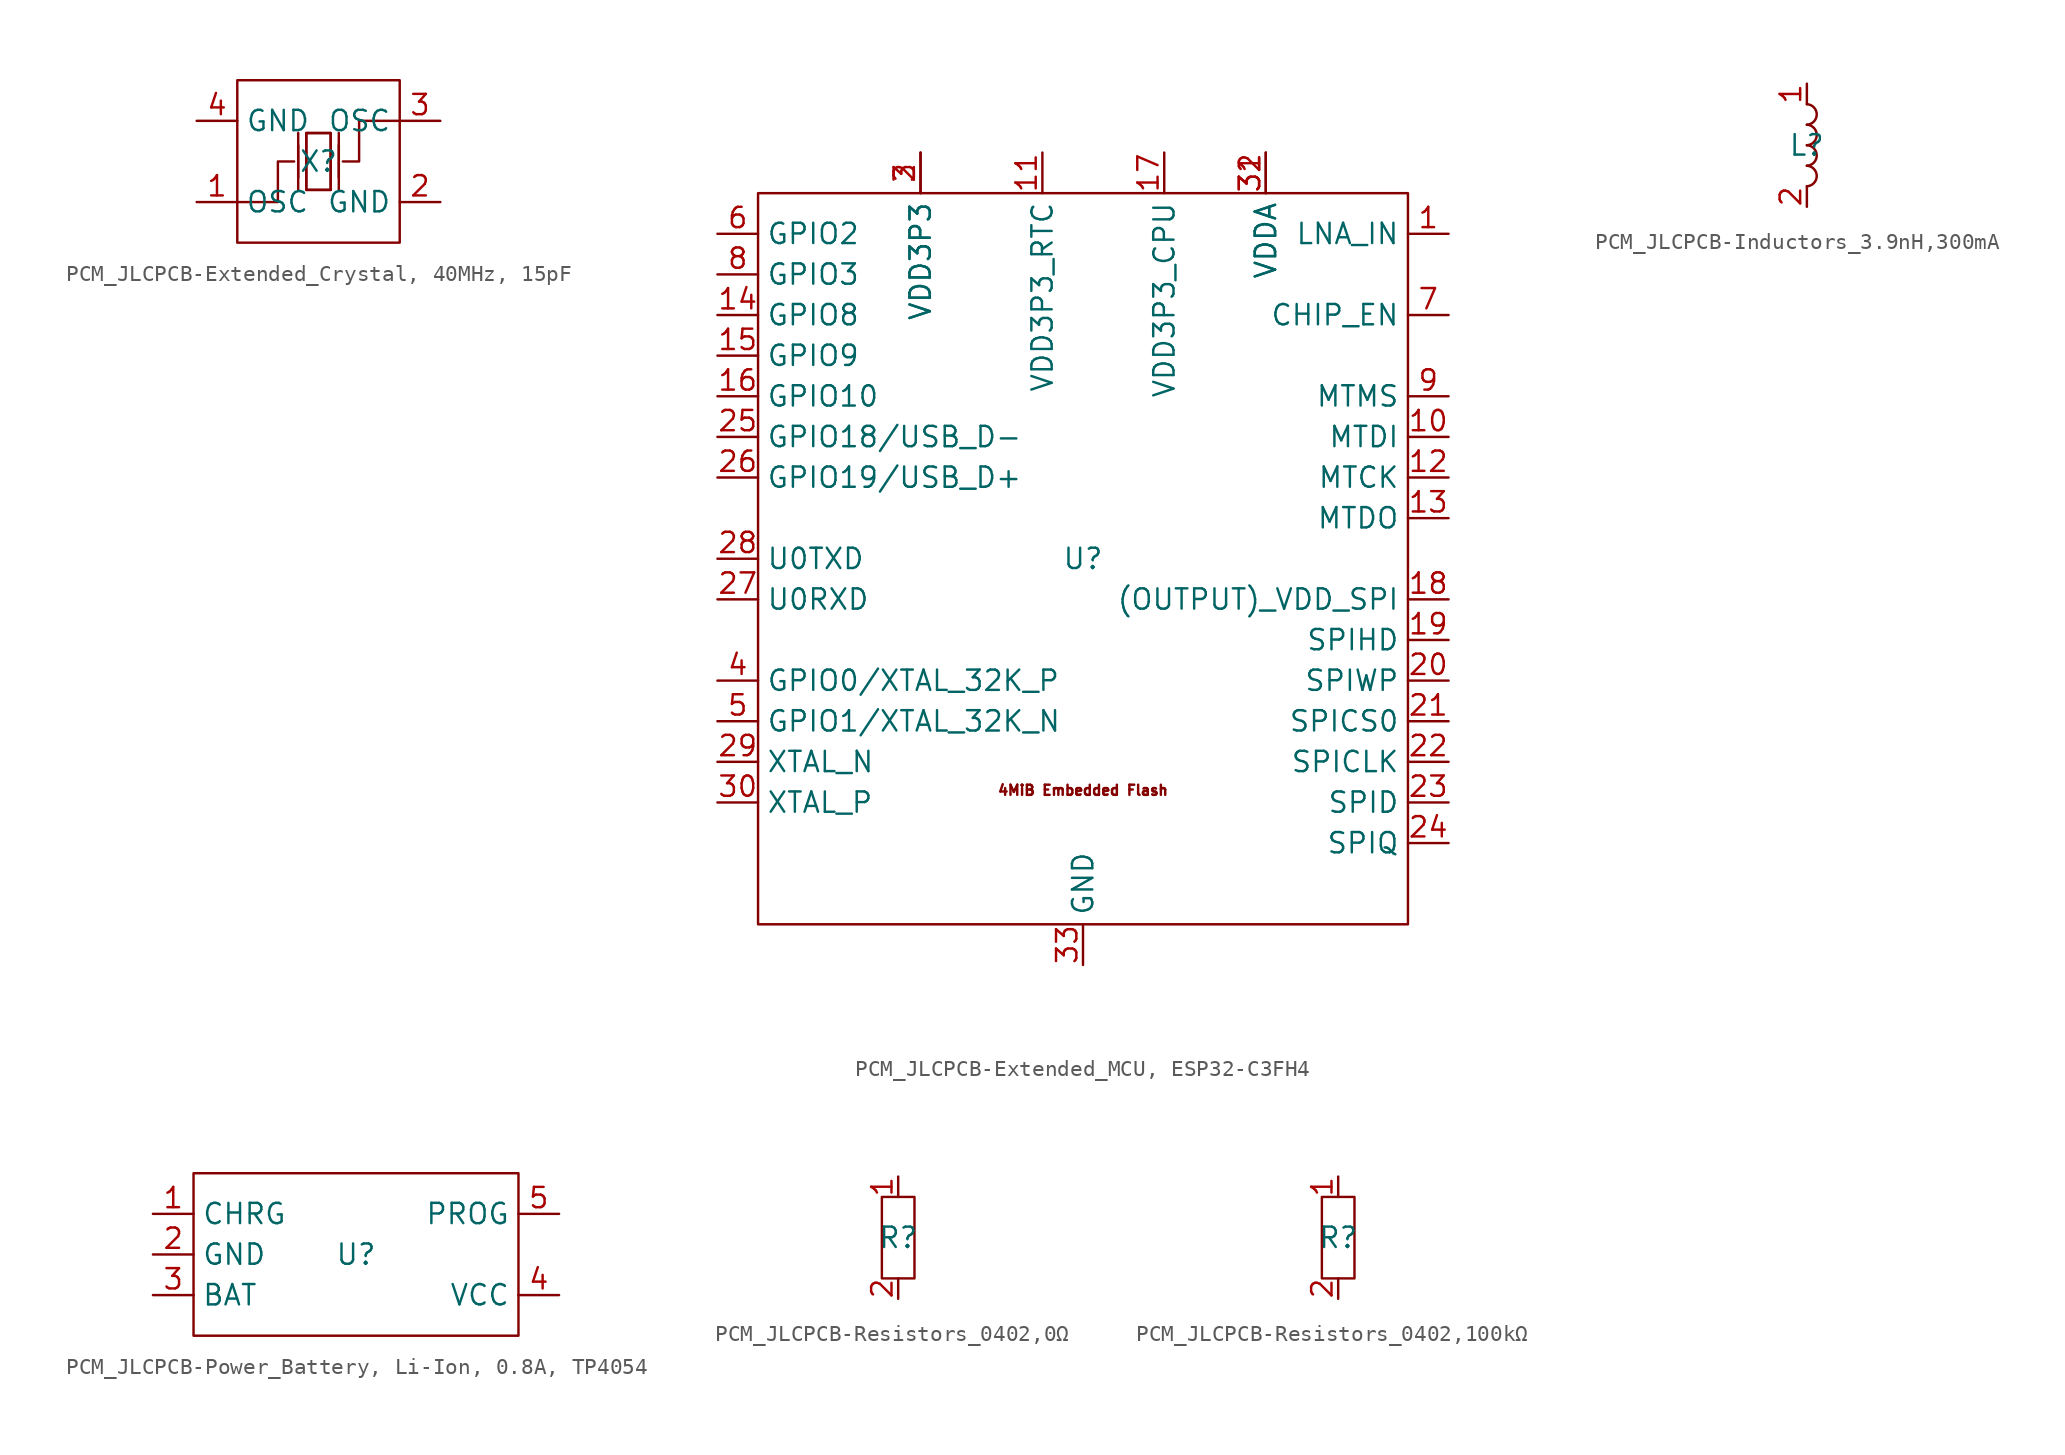
<source format=kicad_sym>
(kicad_symbol_lib
  (version 20241209)
  (generator "kicad_symbol_editor")
  (generator_version "9.0")
  (symbol "PCM_JLCPCB-Extended_Crystal, 40MHz, 15pF"
    (property "Reference" "X"
      (at 0 0 0)
      (effects (font (size 1.27 1.27))))
    (symbol "PCM_JLCPCB-Extended_Crystal, 40MHz, 15pF_1_0"
      (rectangle (start -5.08 5.08) (end 5.08 -5.08) (stroke (width 0) (type default)) (fill (type none)))
      (polyline (pts (xy -5.08 -2.54) (xy -2.54 -2.54) (xy -2.54 -2.54) (xy -2.54 0) (xy -2.54 0) (xy -1.524 0)) (stroke (width 0) (type default)) (fill (type none)))
      (polyline (pts (xy -1.27 -1.016) (xy -1.27 1.016)) (stroke (width 0) (type default)) (fill (type none)))
      (polyline (pts (xy -1.27 -1.778) (xy -1.27 1.778)) (stroke (width 0) (type default)) (fill (type none)))
      (polyline (pts (xy -0.762 -1.778) (xy -0.762 1.778) (xy -0.762 1.778) (xy 0.762 1.778) (xy 0.762 1.778) (xy 0.762 -1.778)) (stroke (width 0) (type default)) (fill (type none)))
      (polyline (pts (xy 0.762 1.778) (xy 0.762 -1.778) (xy 0.762 -1.778) (xy -0.762 -1.778) (xy -0.762 -1.778) (xy -0.762 1.778) (xy -0.762 1.778) (xy 0.762 1.778)) (stroke (width 0) (type default)) (fill (type none)))
      (polyline (pts (xy 0.762 -1.778) (xy -0.762 -1.778)) (stroke (width 0) (type default)) (fill (type none)))
      (polyline (pts (xy 1.27 -1.016) (xy 1.27 1.016)) (stroke (width 0) (type default)) (fill (type none)))
      (polyline (pts (xy 1.27 -1.778) (xy 1.27 1.778)) (stroke (width 0) (type default)) (fill (type none)))
      (polyline (pts (xy 5.08 2.54) (xy 2.54 2.54) (xy 2.54 2.54) (xy 2.54 0) (xy 2.54 0) (xy 1.524 0)) (stroke (width 0) (type default)) (fill (type none)))
      (pin unspecified line (at -7.62 2.54 0) (length 2.54) (name "GND" (effects (font (size 1.27 1.27)))) (number "4" (effects (font (size 1.27 1.27)))))
      (pin unspecified line (at -7.62 -2.54 0) (length 2.54) (name "OSC" (effects (font (size 1.27 1.27)))) (number "1" (effects (font (size 1.27 1.27)))))
      (pin unspecified line (at 7.62 2.54 180) (length 2.54) (name "OSC" (effects (font (size 1.27 1.27)))) (number "3" (effects (font (size 1.27 1.27)))))
      (pin unspecified line (at 7.62 -2.54 180) (length 2.54) (name "GND" (effects (font (size 1.27 1.27)))) (number "2" (effects (font (size 1.27 1.27)))))))
  (symbol "PCM_JLCPCB-Extended_MCU, ESP32-C3FH4"
    (property "Reference" "U"
      (at 0 0 0)
      (effects (font (size 1.27 1.27))))
    (symbol "PCM_JLCPCB-Extended_MCU, ESP32-C3FH4_1_0"
      (rectangle (start -20.32 22.86) (end 20.32 -22.86) (stroke (width 0) (type default)) (fill (type none)))
      (text "4MiB Embedded Flash" (at 0 -14.478 0) (effects (font (size 0.635 0.635))))
      (pin bidirectional line (at -22.86 20.32 0) (length 2.54) (name "GPIO2" (effects (font (size 1.27 1.27)))) (number "6" (effects (font (size 1.27 1.27)))))
      (pin bidirectional line (at -22.86 17.78 0) (length 2.54) (name "GPIO3" (effects (font (size 1.27 1.27)))) (number "8" (effects (font (size 1.27 1.27)))))
      (pin bidirectional line (at -22.86 15.24 0) (length 2.54) (name "GPIO8" (effects (font (size 1.27 1.27)))) (number "14" (effects (font (size 1.27 1.27)))))
      (pin bidirectional line (at -22.86 12.7 0) (length 2.54) (name "GPIO9" (effects (font (size 1.27 1.27)))) (number "15" (effects (font (size 1.27 1.27)))))
      (pin bidirectional line (at -22.86 10.16 0) (length 2.54) (name "GPIO10" (effects (font (size 1.27 1.27)))) (number "16" (effects (font (size 1.27 1.27)))))
      (pin bidirectional line (at -22.86 7.62 0) (length 2.54) (name "GPIO18/USB_D-" (effects (font (size 1.27 1.27)))) (number "25" (effects (font (size 1.27 1.27)))))
      (pin bidirectional line (at -22.86 5.08 0) (length 2.54) (name "GPIO19/USB_D+" (effects (font (size 1.27 1.27)))) (number "26" (effects (font (size 1.27 1.27)))))
      (pin bidirectional line (at -22.86 0 0) (length 2.54) (name "U0TXD" (effects (font (size 1.27 1.27)))) (number "28" (effects (font (size 1.27 1.27)))))
      (pin bidirectional line (at -22.86 -2.54 0) (length 2.54) (name "U0RXD" (effects (font (size 1.27 1.27)))) (number "27" (effects (font (size 1.27 1.27)))))
      (pin bidirectional line (at -22.86 -7.62 0) (length 2.54) (name "GPIO0/XTAL_32K_P" (effects (font (size 1.27 1.27)))) (number "4" (effects (font (size 1.27 1.27)))))
      (pin bidirectional line (at -22.86 -10.16 0) (length 2.54) (name "GPIO1/XTAL_32K_N" (effects (font (size 1.27 1.27)))) (number "5" (effects (font (size 1.27 1.27)))))
      (pin bidirectional line (at -22.86 -12.7 0) (length 2.54) (name "XTAL_N" (effects (font (size 1.27 1.27)))) (number "29" (effects (font (size 1.27 1.27)))))
      (pin bidirectional line (at -22.86 -15.24 0) (length 2.54) (name "XTAL_P" (effects (font (size 1.27 1.27)))) (number "30" (effects (font (size 1.27 1.27)))))
      (pin unspecified line (at -10.16 25.4 270) (length 2.54) (name "VDD3P3" (effects (font (size 1.27 1.27)))) (number "2" (effects (font (size 1.27 1.27)))))
      (pin unspecified line (at -10.16 25.4 270) (length 2.54) (name "VDD3P3" (effects (font (size 1.27 1.27)))) (number "3" (effects (font (size 1.27 1.27)))))
      (pin unspecified line (at -2.54 25.4 270) (length 2.54) (name "VDD3P3_RTC" (effects (font (size 1.27 1.27)))) (number "11" (effects (font (size 1.27 1.27)))))
      (pin unspecified line (at 0 -25.4 90) (length 2.54) (name "GND" (effects (font (size 1.27 1.27)))) (number "33" (effects (font (size 1.27 1.27)))))
      (pin unspecified line (at 5.08 25.4 270) (length 2.54) (name "VDD3P3_CPU" (effects (font (size 1.27 1.27)))) (number "17" (effects (font (size 1.27 1.27)))))
      (pin unspecified line (at 11.43 25.4 270) (length 2.54) (name "VDDA" (effects (font (size 1.27 1.27)))) (number "31" (effects (font (size 1.27 1.27)))))
      (pin unspecified line (at 11.43 25.4 270) (length 2.54) (name "VDDA" (effects (font (size 1.27 1.27)))) (number "32" (effects (font (size 1.27 1.27)))))
      (pin bidirectional line (at 22.86 20.32 180) (length 2.54) (name "LNA_IN" (effects (font (size 1.27 1.27)))) (number "1" (effects (font (size 1.27 1.27)))))
      (pin bidirectional line (at 22.86 15.24 180) (length 2.54) (name "CHIP_EN" (effects (font (size 1.27 1.27)))) (number "7" (effects (font (size 1.27 1.27)))))
      (pin bidirectional line (at 22.86 10.16 180) (length 2.54) (name "MTMS" (effects (font (size 1.27 1.27)))) (number "9" (effects (font (size 1.27 1.27)))))
      (pin bidirectional line (at 22.86 7.62 180) (length 2.54) (name "MTDI" (effects (font (size 1.27 1.27)))) (number "10" (effects (font (size 1.27 1.27)))))
      (pin bidirectional line (at 22.86 5.08 180) (length 2.54) (name "MTCK" (effects (font (size 1.27 1.27)))) (number "12" (effects (font (size 1.27 1.27)))))
      (pin bidirectional line (at 22.86 2.54 180) (length 2.54) (name "MTDO" (effects (font (size 1.27 1.27)))) (number "13" (effects (font (size 1.27 1.27)))))
      (pin unspecified line (at 22.86 -2.54 180) (length 2.54) (name "(OUTPUT)_VDD_SPI" (effects (font (size 1.27 1.27)))) (number "18" (effects (font (size 1.27 1.27)))))
      (pin bidirectional line (at 22.86 -5.08 180) (length 2.54) (name "SPIHD" (effects (font (size 1.27 1.27)))) (number "19" (effects (font (size 1.27 1.27)))))
      (pin bidirectional line (at 22.86 -7.62 180) (length 2.54) (name "SPIWP" (effects (font (size 1.27 1.27)))) (number "20" (effects (font (size 1.27 1.27)))))
      (pin bidirectional line (at 22.86 -10.16 180) (length 2.54) (name "SPICS0" (effects (font (size 1.27 1.27)))) (number "21" (effects (font (size 1.27 1.27)))))
      (pin bidirectional line (at 22.86 -12.7 180) (length 2.54) (name "SPICLK" (effects (font (size 1.27 1.27)))) (number "22" (effects (font (size 1.27 1.27)))))
      (pin bidirectional line (at 22.86 -15.24 180) (length 2.54) (name "SPID" (effects (font (size 1.27 1.27)))) (number "23" (effects (font (size 1.27 1.27)))))
      (pin bidirectional line (at 22.86 -17.78 180) (length 2.54) (name "SPIQ" (effects (font (size 1.27 1.27)))) (number "24" (effects (font (size 1.27 1.27)))))))
  (symbol "PCM_JLCPCB-Inductors_3.9nH,300mA"
    (property "Reference" "L"
      (at 0 0 0)
      (effects (font (size 1.27 1.27))))
    (symbol "PCM_JLCPCB-Inductors_3.9nH,300mA_1_0"
      (arc (start 0 2.54) (mid 0.6096 1.905) (end 0 1.27) (stroke (width 0) (type default)) (fill (type none)))
      (arc (start 0 1.27) (mid 0.6096 0.635) (end 0 0) (stroke (width 0) (type default)) (fill (type none)))
      (arc (start 0 0) (mid 0.6096 -0.635) (end 0 -1.27) (stroke (width 0) (type default)) (fill (type none)))
      (arc (start 0 -1.27) (mid 0.6096 -1.905) (end 0 -2.54) (stroke (width 0) (type default)) (fill (type none)))
      (pin unspecified line (at 0 3.81 270) (length 1.27) (name "~" (effects (font (size 1.27 1.27)))) (number "1" (effects (font (size 1.27 1.27)))))
      (pin unspecified line (at 0 -3.81 90) (length 1.27) (name "~" (effects (font (size 1.27 1.27)))) (number "2" (effects (font (size 1.27 1.27)))))))
  (symbol "PCM_JLCPCB-Power_Battery, Li-Ion, 0.8A, TP4054"
    (property "Reference" "U"
      (at 0 0 0)
      (effects (font (size 1.27 1.27))))
    (symbol "PCM_JLCPCB-Power_Battery, Li-Ion, 0.8A, TP4054_1_0"
      (rectangle (start -10.16 5.08) (end 10.16 -5.08) (stroke (width 0) (type default)) (fill (type none)))
      (pin unspecified line (at -12.7 2.54 0) (length 2.54) (name "CHRG" (effects (font (size 1.27 1.27)))) (number "1" (effects (font (size 1.27 1.27)))))
      (pin unspecified line (at -12.7 0 0) (length 2.54) (name "GND" (effects (font (size 1.27 1.27)))) (number "2" (effects (font (size 1.27 1.27)))))
      (pin unspecified line (at -12.7 -2.54 0) (length 2.54) (name "BAT" (effects (font (size 1.27 1.27)))) (number "3" (effects (font (size 1.27 1.27)))))
      (pin unspecified line (at 12.7 2.54 180) (length 2.54) (name "PROG" (effects (font (size 1.27 1.27)))) (number "5" (effects (font (size 1.27 1.27)))))
      (pin unspecified line (at 12.7 -2.54 180) (length 2.54) (name "VCC" (effects (font (size 1.27 1.27)))) (number "4" (effects (font (size 1.27 1.27)))))))
  (symbol "PCM_JLCPCB-Resistors_0402,0Ω"
    (property "Reference" "R"
      (at 0 0 0)
      (effects (font (size 1.27 1.27))))
    (symbol "PCM_JLCPCB-Resistors_0402,0Ω_1_0"
      (rectangle (start -1.016 2.54) (end 1.016 -2.54) (stroke (width 0) (type default)) (fill (type none)))
      (pin unspecified line (at 0 3.81 270) (length 1.27) (name "~" (effects (font (size 1.27 1.27)))) (number "1" (effects (font (size 1.27 1.27)))))
      (pin unspecified line (at 0 -3.81 90) (length 1.27) (name "~" (effects (font (size 1.27 1.27)))) (number "2" (effects (font (size 1.27 1.27)))))))
  (symbol "PCM_JLCPCB-Resistors_0402,100kΩ"
    (property "Reference" "R"
      (at 0 0 0)
      (effects (font (size 1.27 1.27))))
    (symbol "PCM_JLCPCB-Resistors_0402,100kΩ_1_0"
      (rectangle (start -1.016 2.54) (end 1.016 -2.54) (stroke (width 0) (type default)) (fill (type none)))
      (pin unspecified line (at 0 3.81 270) (length 1.27) (name "~" (effects (font (size 1.27 1.27)))) (number "1" (effects (font (size 1.27 1.27)))))
      (pin unspecified line (at 0 -3.81 90) (length 1.27) (name "~" (effects (font (size 1.27 1.27)))) (number "2" (effects (font (size 1.27 1.27))))))))
</source>
